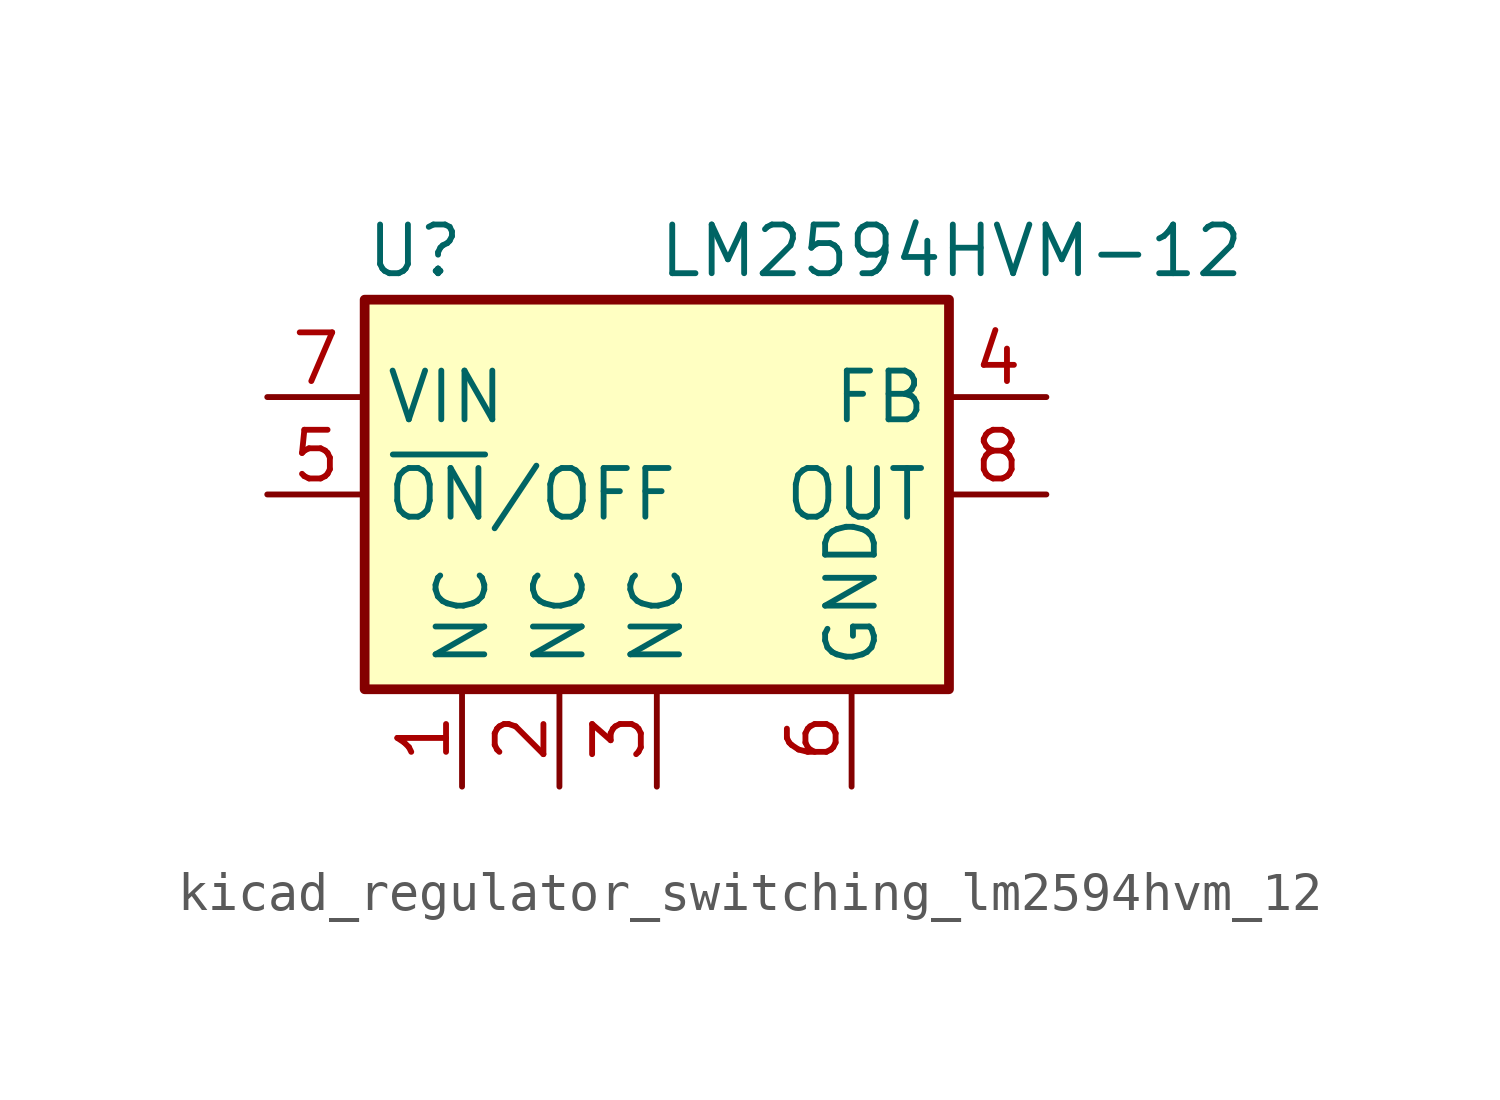
<source format=kicad_sym>
(kicad_symbol_lib
  (version 20220914)
  (generator kicad_symbol_editor)
  (symbol "kicad_regulator_switching_lm2594hvm_12"
    (property "Reference" "U"
      (at -7.62 6.35 0)
      (effects (font (size 1.27 1.27)) (justify left)))
    (property "Value" "LM2594HVM-12"
      (at 0 6.35 0)
      (effects (font (size 1.27 1.27)) (justify left)))
    (symbol "kicad_regulator_switching_lm2594hvm_12_0_1"
      (rectangle (start -7.62 5.08) (end 7.62 -5.08) (stroke (width 0.254) (type default)) (fill (type background))))
    (symbol "kicad_regulator_switching_lm2594hvm_12_1_1"
      (pin passive line (at -5.08 -7.62 90) (length 2.54) (name "NC" (effects (font (size 1.27 1.27)))) (number "1" (effects (font (size 1.27 1.27)))))
      (pin passive line (at -2.54 -7.62 90) (length 2.54) (name "NC" (effects (font (size 1.27 1.27)))) (number "2" (effects (font (size 1.27 1.27)))))
      (pin passive line (at 0 -7.62 90) (length 2.54) (name "NC" (effects (font (size 1.27 1.27)))) (number "3" (effects (font (size 1.27 1.27)))))
      (pin input line (at 10.16 2.54 180) (length 2.54) (name "FB" (effects (font (size 1.27 1.27)))) (number "4" (effects (font (size 1.27 1.27)))))
      (pin input line (at -10.16 0 0) (length 2.54) (name "~{ON}/OFF" (effects (font (size 1.27 1.27)))) (number "5" (effects (font (size 1.27 1.27)))))
      (pin power_in line (at 5.08 -7.62 90) (length 2.54) (name "GND" (effects (font (size 1.27 1.27)))) (number "6" (effects (font (size 1.27 1.27)))))
      (pin power_in line (at -10.16 2.54 0) (length 2.54) (name "VIN" (effects (font (size 1.27 1.27)))) (number "7" (effects (font (size 1.27 1.27)))))
      (pin output line (at 10.16 0 180) (length 2.54) (name "OUT" (effects (font (size 1.27 1.27)))) (number "8" (effects (font (size 1.27 1.27))))))))
</source>
